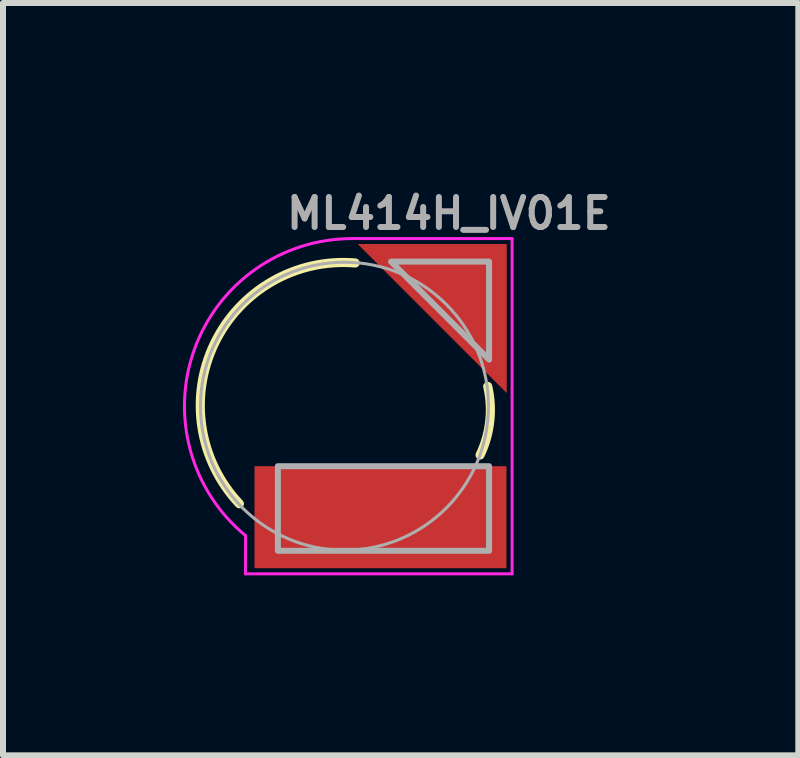
<source format=kicad_pcb>
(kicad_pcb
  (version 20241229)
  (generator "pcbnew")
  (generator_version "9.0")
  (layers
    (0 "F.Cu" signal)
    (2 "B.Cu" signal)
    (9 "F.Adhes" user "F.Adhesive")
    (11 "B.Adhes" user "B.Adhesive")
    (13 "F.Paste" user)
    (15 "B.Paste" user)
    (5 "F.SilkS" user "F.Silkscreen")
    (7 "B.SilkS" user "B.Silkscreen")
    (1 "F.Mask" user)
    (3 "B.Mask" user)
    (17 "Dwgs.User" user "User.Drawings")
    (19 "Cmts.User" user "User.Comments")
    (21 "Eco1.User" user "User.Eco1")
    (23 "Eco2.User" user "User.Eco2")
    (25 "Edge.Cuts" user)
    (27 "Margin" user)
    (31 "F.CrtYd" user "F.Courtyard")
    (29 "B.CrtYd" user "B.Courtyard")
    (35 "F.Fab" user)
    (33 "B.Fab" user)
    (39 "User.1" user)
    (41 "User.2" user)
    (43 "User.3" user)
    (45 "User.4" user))
  (footprint "ML414H_IV01E"
    (layer "F.Cu")
    (at 2.692 3.721)
    (property "Reference" "ML414H_IV01E" (at -1.016 -2.921 0) (layer "F.Fab") (effects (font (size 0.5 0.5) (thickness 0.1)) (justify left bottom)))
    (attr smd)
    (fp_poly (pts (xy 2.705 -0.22) (xy 0.22 -2.705) (xy 2.705 -2.705)) (stroke (width 0) (type default)) (fill yes) (layer "F.Mask"))
    (fp_poly (pts (xy -1.5 2.7) (xy 2.7 2.7) (xy 2.7 1) (xy -1.5 1)) (stroke (width 0) (type default)) (fill yes) (layer "F.Mask"))
    (fp_arc (start -1.752599 1.625602) (mid -2.167967 -1.045069) (end 0.1778 -2.3876) (stroke (width 0.1524) (type solid)) (layer "F.SilkS"))
    (fp_arc (start 2.3876 -0.3302) (mid 2.42159 0.252132) (end 2.260599 0.8128) (stroke (width 0.1524) (type solid)) (layer "F.SilkS"))
    (fp_poly (pts (xy 2.705 -0.22) (xy 0.22 -2.705) (xy 2.705 -2.705)) (stroke (width 0) (type default)) (fill yes) (layer "F.Paste"))
    (fp_poly (pts (xy -1.5 2.7) (xy 2.7 2.7) (xy 2.7 1) (xy -1.5 1)) (stroke (width 0) (type default)) (fill yes) (layer "F.Paste"))
    (fp_line (start -1.649 2.157) (end -1.651 2.794) (stroke (width 0.05) (type default)) (layer "F.CrtYd"))
    (fp_line (start 2.794 -2.794) (end 0.127 -2.794) (stroke (width 0.05) (type default)) (layer "F.CrtYd"))
    (fp_line (start 2.794 2.794) (end -1.651 2.794) (stroke (width 0.05) (type default)) (layer "F.CrtYd"))
    (fp_line (start 2.794 2.794) (end 2.794 -2.794) (stroke (width 0.05) (type default)) (layer "F.CrtYd"))
    (fp_arc (start -1.649166 2.156773) (mid -2.502873 -0.943507) (end 0.127 -2.794) (stroke (width 0.05) (type default)) (layer "F.CrtYd"))
    (fp_circle (center 0 0) (end 2.4 0) (stroke (width 0.051) (type solid)) (fill no) (layer "F.Fab"))
    (fp_poly (pts (xy 2.41 -0.776) (xy 0.776 -2.41) (xy 2.41 -2.41)) (stroke (width 0.1) (type default)) (fill no) (layer "F.Fab"))
    (fp_poly (pts (xy 2.41 2.41) (xy -1.11 2.41) (xy -1.11 1) (xy 2.41 1)) (stroke (width 0.1) (type default)) (fill no) (layer "F.Fab"))
    (pad "+" smd custom (at 2.05 -2.152) (size 1.105 1.105) (layers "F.Cu") (options (anchor circle)) (primitives (gr_poly (pts (xy -0.65 -0.552) (xy 0.65 -0.552) (xy 0.65 0.552) (xy -0.65 0.552)) (width 0) (fill yes)) (gr_poly (pts (xy 0.655 1.933) (xy -1.83 -0.552) (xy 0.655 -0.552)) (width 0) (fill yes))))
    (pad "-" smd rect (at 0.6 1.85) (size 4.2 1.7) (layers "F.Cu")))
  (gr_rect
    (start -3 -3)
    (end 10.257 9.54)
    (stroke (width 0.1) (type default))
    (fill no)
    (layer "Edge.Cuts")))
</source>
